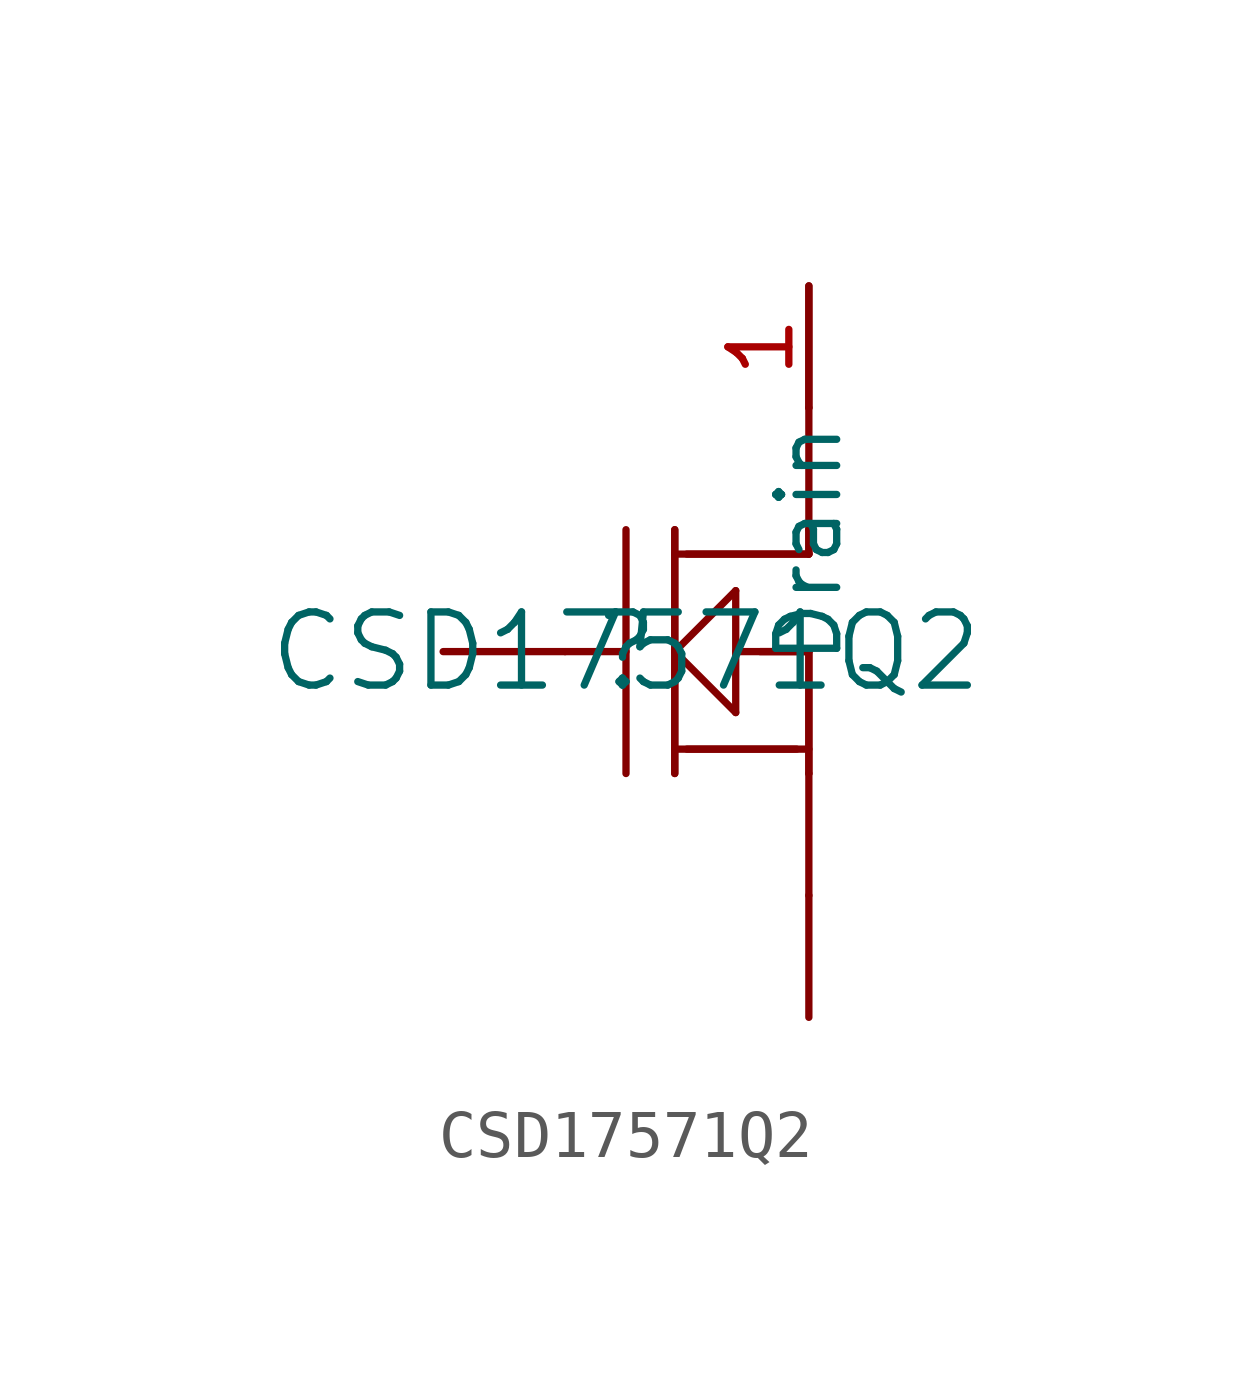
<source format=kicad_sym>
(kicad_symbol_lib
  (version 20211014)
  (generator kicad_symbol_editor)
  (symbol "CSD17571Q2"
    (pin_names
      (offset 0.254))
    (property "Reference" ""
      (at 0 0 0)
      (effects (font (size 1.524 1.524))))
    (property "Value" "CSD17571Q2"
      (at 0 0 0)
      (effects (font (size 1.524 1.524))))
    (polyline
      (pts (xy -3.81 0) (xy -1.27 0))
      (stroke (width 0.152) (type default) (color 0 0 0 0))
      (fill (type none)))
    (polyline
      (pts (xy 3.81 7.62) (xy 3.81 5.08))
      (stroke (width 0.152) (type default) (color 0 0 0 0))
      (fill (type none)))
    (polyline
      (pts (xy 3.81 -7.62) (xy 3.81 -5.08))
      (stroke (width 0.152) (type default) (color 0 0 0 0))
      (fill (type none)))
    (polyline
      (pts (xy 1.016 2.54) (xy 1.016 -2.54))
      (stroke (width 0.152) (type default) (color 0 0 0 0))
      (fill (type none)))
    (polyline
      (pts (xy 3.81 2.54) (xy 3.81 2.032))
      (stroke (width 0.152) (type default) (color 0 0 0 0))
      (fill (type none)))
    (polyline
      (pts (xy 3.81 2.032) (xy 1.27 2.032))
      (stroke (width 0.152) (type default) (color 0 0 0 0))
      (fill (type none)))
    (polyline
      (pts (xy 2.794 0) (xy 3.81 0))
      (stroke (width 0.152) (type default) (color 0 0 0 0))
      (fill (type none)))
    (polyline
      (pts (xy 3.81 0) (xy 3.81 -2.54))
      (stroke (width 0.152) (type default) (color 0 0 0 0))
      (fill (type none)))
    (polyline
      (pts (xy 1.27 -2.032) (xy 3.556 -2.032))
      (stroke (width 0.152) (type default) (color 0 0 0 0))
      (fill (type none)))
    (polyline
      (pts (xy 3.81 2.54) (xy 3.81 2.032))
      (stroke (width 0.152) (type default) (color 0 0 0 0))
      (fill (type none)))
    (polyline
      (pts (xy 3.81 2.032) (xy 1.016 2.032))
      (stroke (width 0.152) (type default) (color 0 0 0 0))
      (fill (type none)))
    (polyline
      (pts (xy 1.016 2.54) (xy 1.016 -2.54))
      (stroke (width 0.152) (type default) (color 0 0 0 0))
      (fill (type none)))
    (polyline
      (pts (xy 1.016 -2.032) (xy 3.81 -2.032))
      (stroke (width 0.152) (type default) (color 0 0 0 0))
      (fill (type none)))
    (polyline
      (pts (xy 1.016 0) (xy 2.286 1.27))
      (stroke (width 0.152) (type default) (color 0 0 0 0))
      (fill (type none)))
    (polyline
      (pts (xy 2.286 1.27) (xy 2.286 -1.27))
      (stroke (width 0.152) (type default) (color 0 0 0 0))
      (fill (type none)))
    (polyline
      (pts (xy 2.286 -1.27) (xy 1.016 0))
      (stroke (width 0.152) (type default) (color 0 0 0 0))
      (fill (type none)))
    (polyline
      (pts (xy 2.286 0) (xy 3.81 0))
      (stroke (width 0.152) (type default) (color 0 0 0 0))
      (fill (type none)))
    (polyline
      (pts (xy 3.81 0) (xy 3.81 -2.54))
      (stroke (width 0.152) (type default) (color 0 0 0 0))
      (fill (type none)))
    (polyline
      (pts (xy -1.27 0) (xy 0 0))
      (stroke (width 0.152) (type default) (color 0 0 0 0))
      (fill (type none)))
    (polyline
      (pts (xy 0 -2.54) (xy 0 2.54))
      (stroke (width 0.152) (type default) (color 0 0 0 0))
      (fill (type none)))
    (polyline
      (pts (xy 3.81 5.08) (xy 3.81 2.54))
      (stroke (width 0.152) (type default) (color 0 0 0 0))
      (fill (type none)))
    (polyline
      (pts (xy 3.81 -2.54) (xy 3.81 -5.08))
      (stroke (width 0.152) (type default) (color 0 0 0 0))
      (fill (type none)))
    (pin unspecified line
      (at 3.81 7.62 270)
      (length 2.54)
      (name "Drain" (effects (font (size 1.27 1.27))))
      (number "1" (effects (font (size 1.27 1.27)))))))
</source>
